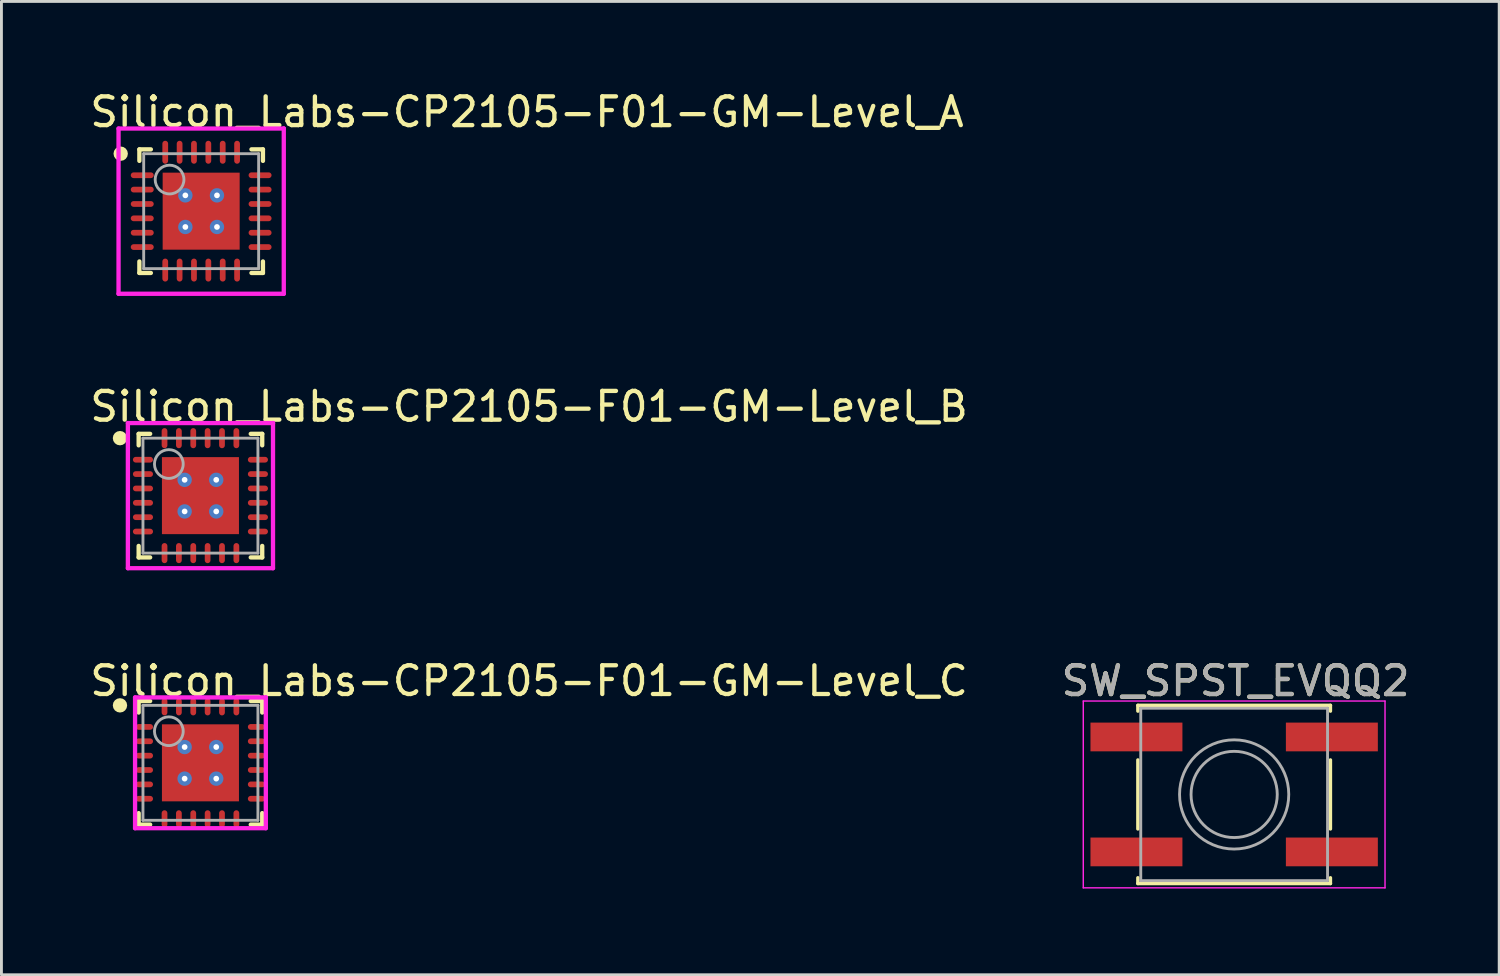
<source format=kicad_pcb>
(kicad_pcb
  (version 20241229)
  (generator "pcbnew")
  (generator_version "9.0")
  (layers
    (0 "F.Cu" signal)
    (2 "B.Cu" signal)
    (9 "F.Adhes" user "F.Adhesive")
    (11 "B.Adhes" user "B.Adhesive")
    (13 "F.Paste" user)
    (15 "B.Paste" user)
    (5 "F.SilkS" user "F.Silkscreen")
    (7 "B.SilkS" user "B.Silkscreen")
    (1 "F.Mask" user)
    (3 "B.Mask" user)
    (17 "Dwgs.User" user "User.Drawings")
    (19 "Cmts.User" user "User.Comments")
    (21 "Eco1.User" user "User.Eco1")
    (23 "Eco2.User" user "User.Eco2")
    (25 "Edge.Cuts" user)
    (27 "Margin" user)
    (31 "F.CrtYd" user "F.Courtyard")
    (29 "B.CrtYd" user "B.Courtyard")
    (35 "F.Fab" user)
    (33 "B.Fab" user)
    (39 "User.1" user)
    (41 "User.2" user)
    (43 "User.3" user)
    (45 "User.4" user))
  (footprint "Silicon_Labs-CP2105-F01-GM-Level_A"
    (layer "F.Cu")
    (at 3.95 4.298)
    (property "Reference" "Silicon_Labs-CP2105-F01-GM-Level_A" (at -3.95 -3.45 0) (layer "F.SilkS") (effects (font (size 1 1) (thickness 0.15)) (justify left)))
    (attr through_hole)
    (fp_line (start -2.15 -2.15) (end -1.75 -2.15) (stroke (width 0.15) (type solid)) (layer "F.SilkS"))
    (fp_line (start -2.15 -1.75) (end -2.15 -2.15) (stroke (width 0.15) (type solid)) (layer "F.SilkS"))
    (fp_line (start -2.15 2.15) (end -2.15 1.75) (stroke (width 0.15) (type solid)) (layer "F.SilkS"))
    (fp_line (start -2.15 2.15) (end -1.75 2.15) (stroke (width 0.15) (type solid)) (layer "F.SilkS"))
    (fp_line (start 1.75 -2.15) (end 2.15 -2.15) (stroke (width 0.15) (type solid)) (layer "F.SilkS"))
    (fp_line (start 1.75 2.15) (end 2.15 2.15) (stroke (width 0.15) (type solid)) (layer "F.SilkS"))
    (fp_line (start 2.15 -1.75) (end 2.15 -2.15) (stroke (width 0.15) (type solid)) (layer "F.SilkS"))
    (fp_line (start 2.15 2.15) (end 2.15 1.75) (stroke (width 0.15) (type solid)) (layer "F.SilkS"))
    (fp_circle (center -2.8 -2) (end -2.675 -2) (stroke (width 0.25) (type solid)) (fill no) (layer "F.SilkS"))
    (fp_line (start -2.875 -2.875) (end -2.875 2.875) (stroke (width 0.15) (type solid)) (layer "F.CrtYd"))
    (fp_line (start -2.875 2.875) (end 2.875 2.875) (stroke (width 0.15) (type solid)) (layer "F.CrtYd"))
    (fp_line (start 2.875 -2.875) (end -2.875 -2.875) (stroke (width 0.15) (type solid)) (layer "F.CrtYd"))
    (fp_line (start 2.875 -2.875) (end 2.875 -2.875) (stroke (width 0.15) (type solid)) (layer "F.CrtYd"))
    (fp_line (start 2.875 2.875) (end 2.875 -2.875) (stroke (width 0.15) (type solid)) (layer "F.CrtYd"))
    (fp_line (start -2 -2) (end 2 -2) (stroke (width 0.1) (type solid)) (layer "F.Fab"))
    (fp_line (start -2 2) (end -2 -2) (stroke (width 0.1) (type solid)) (layer "F.Fab"))
    (fp_line (start -2 2) (end 2 2) (stroke (width 0.1) (type solid)) (layer "F.Fab"))
    (fp_line (start 2 2) (end 2 -2) (stroke (width 0.1) (type solid)) (layer "F.Fab"))
    (fp_circle (center -1.1 -1.1) (end -0.6 -1.1) (stroke (width 0.1) (type solid)) (fill no) (layer "F.Fab"))
    (pad "1" smd roundrect (at -2.05 -1.25 270) (size 0.2 0.8) (layers "F.Cu" "F.Mask" "F.Paste") (roundrect_rratio 0.5))
    (pad "2" smd roundrect (at -2.05 -0.75 270) (size 0.2 0.8) (layers "F.Cu" "F.Mask" "F.Paste") (roundrect_rratio 0.5))
    (pad "3" smd roundrect (at -2.05 -0.25 270) (size 0.2 0.8) (layers "F.Cu" "F.Mask" "F.Paste") (roundrect_rratio 0.5))
    (pad "4" smd roundrect (at -2.05 0.25 270) (size 0.2 0.8) (layers "F.Cu" "F.Mask" "F.Paste") (roundrect_rratio 0.5))
    (pad "5" smd roundrect (at -2.05 0.75 270) (size 0.2 0.8) (layers "F.Cu" "F.Mask" "F.Paste") (roundrect_rratio 0.5))
    (pad "6" smd roundrect (at -2.05 1.25 270) (size 0.2 0.8) (layers "F.Cu" "F.Mask" "F.Paste") (roundrect_rratio 0.5))
    (pad "7" smd roundrect (at -1.25 2.05) (size 0.2 0.8) (layers "F.Cu" "F.Mask" "F.Paste") (roundrect_rratio 0.5))
    (pad "8" smd roundrect (at -0.75 2.05) (size 0.2 0.8) (layers "F.Cu" "F.Mask" "F.Paste") (roundrect_rratio 0.5))
    (pad "9" smd roundrect (at -0.25 2.05) (size 0.2 0.8) (layers "F.Cu" "F.Mask" "F.Paste") (roundrect_rratio 0.5))
    (pad "10" smd roundrect (at 0.25 2.05) (size 0.2 0.8) (layers "F.Cu" "F.Mask" "F.Paste") (roundrect_rratio 0.5))
    (pad "11" smd roundrect (at 0.75 2.05) (size 0.2 0.8) (layers "F.Cu" "F.Mask" "F.Paste") (roundrect_rratio 0.5))
    (pad "12" smd roundrect (at 1.25 2.05) (size 0.2 0.8) (layers "F.Cu" "F.Mask" "F.Paste") (roundrect_rratio 0.5))
    (pad "13" smd roundrect (at 2.05 1.25 270) (size 0.2 0.8) (layers "F.Cu" "F.Mask" "F.Paste") (roundrect_rratio 0.5))
    (pad "14" smd roundrect (at 2.05 0.75 270) (size 0.2 0.8) (layers "F.Cu" "F.Mask" "F.Paste") (roundrect_rratio 0.5))
    (pad "15" smd roundrect (at 2.05 0.25 270) (size 0.2 0.8) (layers "F.Cu" "F.Mask" "F.Paste") (roundrect_rratio 0.5))
    (pad "16" smd roundrect (at 2.05 -0.25 270) (size 0.2 0.8) (layers "F.Cu" "F.Mask" "F.Paste") (roundrect_rratio 0.5))
    (pad "17" smd roundrect (at 2.05 -0.75 270) (size 0.2 0.8) (layers "F.Cu" "F.Mask" "F.Paste") (roundrect_rratio 0.5))
    (pad "18" smd roundrect (at 2.05 -1.25 270) (size 0.2 0.8) (layers "F.Cu" "F.Mask" "F.Paste") (roundrect_rratio 0.5))
    (pad "19" smd roundrect (at 1.25 -2.05) (size 0.2 0.8) (layers "F.Cu" "F.Mask" "F.Paste") (roundrect_rratio 0.5))
    (pad "20" smd roundrect (at 0.75 -2.05) (size 0.2 0.8) (layers "F.Cu" "F.Mask" "F.Paste") (roundrect_rratio 0.5))
    (pad "21" smd roundrect (at 0.25 -2.05) (size 0.2 0.8) (layers "F.Cu" "F.Mask" "F.Paste") (roundrect_rratio 0.5))
    (pad "22" smd roundrect (at -0.25 -2.05) (size 0.2 0.8) (layers "F.Cu" "F.Mask" "F.Paste") (roundrect_rratio 0.5))
    (pad "23" smd roundrect (at -0.75 -2.05) (size 0.2 0.8) (layers "F.Cu" "F.Mask" "F.Paste") (roundrect_rratio 0.5))
    (pad "24" smd roundrect (at -1.25 -2.05) (size 0.2 0.8) (layers "F.Cu" "F.Mask" "F.Paste") (roundrect_rratio 0.5))
    (pad "25" smd rect (at 0 0) (size 2.68 2.68) (layers "F.Cu" "F.Mask" "F.Paste"))
    (pad "~" thru_hole circle (at -0.55 -0.55) (size 0.5 0.5) (drill 0.2) (layers "*.Cu"))
    (pad "~" thru_hole circle (at -0.55 0.55) (size 0.5 0.5) (drill 0.2) (layers "*.Cu"))
    (pad "~" thru_hole circle (at 0.55 -0.55) (size 0.5 0.5) (drill 0.2) (layers "*.Cu"))
    (pad "~" thru_hole circle (at 0.55 0.55) (size 0.5 0.5) (drill 0.2) (layers "*.Cu")))
  (footprint "Silicon_Labs-CP2105-F01-GM-Level_B"
    (layer "F.Cu")
    (at 3.925 14.197)
    (property "Reference" "Silicon_Labs-CP2105-F01-GM-Level_B" (at -3.925 -3.1 0) (layer "F.SilkS") (effects (font (size 1 1) (thickness 0.15)) (justify left)))
    (attr through_hole)
    (fp_line (start -2.15 -2.15) (end -1.75 -2.15) (stroke (width 0.15) (type solid)) (layer "F.SilkS"))
    (fp_line (start -2.15 -1.75) (end -2.15 -2.15) (stroke (width 0.15) (type solid)) (layer "F.SilkS"))
    (fp_line (start -2.15 2.15) (end -2.15 1.75) (stroke (width 0.15) (type solid)) (layer "F.SilkS"))
    (fp_line (start -2.15 2.15) (end -1.75 2.15) (stroke (width 0.15) (type solid)) (layer "F.SilkS"))
    (fp_line (start 1.75 -2.15) (end 2.15 -2.15) (stroke (width 0.15) (type solid)) (layer "F.SilkS"))
    (fp_line (start 1.75 2.15) (end 2.15 2.15) (stroke (width 0.15) (type solid)) (layer "F.SilkS"))
    (fp_line (start 2.15 -1.75) (end 2.15 -2.15) (stroke (width 0.15) (type solid)) (layer "F.SilkS"))
    (fp_line (start 2.15 2.15) (end 2.15 1.75) (stroke (width 0.15) (type solid)) (layer "F.SilkS"))
    (fp_circle (center -2.8 -2) (end -2.675 -2) (stroke (width 0.25) (type solid)) (fill no) (layer "F.SilkS"))
    (fp_line (start -2.525 -2.525) (end -2.525 2.525) (stroke (width 0.15) (type solid)) (layer "F.CrtYd"))
    (fp_line (start -2.525 2.525) (end 2.525 2.525) (stroke (width 0.15) (type solid)) (layer "F.CrtYd"))
    (fp_line (start 2.525 -2.525) (end -2.525 -2.525) (stroke (width 0.15) (type solid)) (layer "F.CrtYd"))
    (fp_line (start 2.525 -2.525) (end 2.525 -2.525) (stroke (width 0.15) (type solid)) (layer "F.CrtYd"))
    (fp_line (start 2.525 2.525) (end 2.525 -2.525) (stroke (width 0.15) (type solid)) (layer "F.CrtYd"))
    (fp_line (start -2 -2) (end 2 -2) (stroke (width 0.1) (type solid)) (layer "F.Fab"))
    (fp_line (start -2 2) (end -2 -2) (stroke (width 0.1) (type solid)) (layer "F.Fab"))
    (fp_line (start -2 2) (end 2 2) (stroke (width 0.1) (type solid)) (layer "F.Fab"))
    (fp_line (start 2 2) (end 2 -2) (stroke (width 0.1) (type solid)) (layer "F.Fab"))
    (fp_circle (center -1.1 -1.1) (end -0.6 -1.1) (stroke (width 0.1) (type solid)) (fill no) (layer "F.Fab"))
    (pad "1" smd roundrect (at -2 -1.25 270) (size 0.2 0.7) (layers "F.Cu" "F.Mask" "F.Paste") (roundrect_rratio 0.5))
    (pad "2" smd roundrect (at -2 -0.75 270) (size 0.2 0.7) (layers "F.Cu" "F.Mask" "F.Paste") (roundrect_rratio 0.5))
    (pad "3" smd roundrect (at -2 -0.25 270) (size 0.2 0.7) (layers "F.Cu" "F.Mask" "F.Paste") (roundrect_rratio 0.5))
    (pad "4" smd roundrect (at -2 0.25 270) (size 0.2 0.7) (layers "F.Cu" "F.Mask" "F.Paste") (roundrect_rratio 0.5))
    (pad "5" smd roundrect (at -2 0.75 270) (size 0.2 0.7) (layers "F.Cu" "F.Mask" "F.Paste") (roundrect_rratio 0.5))
    (pad "6" smd roundrect (at -2 1.25 270) (size 0.2 0.7) (layers "F.Cu" "F.Mask" "F.Paste") (roundrect_rratio 0.5))
    (pad "7" smd roundrect (at -1.25 2) (size 0.2 0.7) (layers "F.Cu" "F.Mask" "F.Paste") (roundrect_rratio 0.5))
    (pad "8" smd roundrect (at -0.75 2) (size 0.2 0.7) (layers "F.Cu" "F.Mask" "F.Paste") (roundrect_rratio 0.5))
    (pad "9" smd roundrect (at -0.25 2) (size 0.2 0.7) (layers "F.Cu" "F.Mask" "F.Paste") (roundrect_rratio 0.5))
    (pad "10" smd roundrect (at 0.25 2) (size 0.2 0.7) (layers "F.Cu" "F.Mask" "F.Paste") (roundrect_rratio 0.5))
    (pad "11" smd roundrect (at 0.75 2) (size 0.2 0.7) (layers "F.Cu" "F.Mask" "F.Paste") (roundrect_rratio 0.5))
    (pad "12" smd roundrect (at 1.25 2) (size 0.2 0.7) (layers "F.Cu" "F.Mask" "F.Paste") (roundrect_rratio 0.5))
    (pad "13" smd roundrect (at 2 1.25 270) (size 0.2 0.7) (layers "F.Cu" "F.Mask" "F.Paste") (roundrect_rratio 0.5))
    (pad "14" smd roundrect (at 2 0.75 270) (size 0.2 0.7) (layers "F.Cu" "F.Mask" "F.Paste") (roundrect_rratio 0.5))
    (pad "15" smd roundrect (at 2 0.25 270) (size 0.2 0.7) (layers "F.Cu" "F.Mask" "F.Paste") (roundrect_rratio 0.5))
    (pad "16" smd roundrect (at 2 -0.25 270) (size 0.2 0.7) (layers "F.Cu" "F.Mask" "F.Paste") (roundrect_rratio 0.5))
    (pad "17" smd roundrect (at 2 -0.75 270) (size 0.2 0.7) (layers "F.Cu" "F.Mask" "F.Paste") (roundrect_rratio 0.5))
    (pad "18" smd roundrect (at 2 -1.25 270) (size 0.2 0.7) (layers "F.Cu" "F.Mask" "F.Paste") (roundrect_rratio 0.5))
    (pad "19" smd roundrect (at 1.25 -2) (size 0.2 0.7) (layers "F.Cu" "F.Mask" "F.Paste") (roundrect_rratio 0.5))
    (pad "20" smd roundrect (at 0.75 -2) (size 0.2 0.7) (layers "F.Cu" "F.Mask" "F.Paste") (roundrect_rratio 0.5))
    (pad "21" smd roundrect (at 0.25 -2) (size 0.2 0.7) (layers "F.Cu" "F.Mask" "F.Paste") (roundrect_rratio 0.5))
    (pad "22" smd roundrect (at -0.25 -2) (size 0.2 0.7) (layers "F.Cu" "F.Mask" "F.Paste") (roundrect_rratio 0.5))
    (pad "23" smd roundrect (at -0.75 -2) (size 0.2 0.7) (layers "F.Cu" "F.Mask" "F.Paste") (roundrect_rratio 0.5))
    (pad "24" smd roundrect (at -1.25 -2) (size 0.2 0.7) (layers "F.Cu" "F.Mask" "F.Paste") (roundrect_rratio 0.5))
    (pad "25" smd rect (at 0 0) (size 2.68 2.68) (layers "F.Cu" "F.Mask" "F.Paste"))
    (pad "~" thru_hole circle (at -0.55 -0.55) (size 0.5 0.5) (drill 0.2) (layers "*.Cu"))
    (pad "~" thru_hole circle (at -0.55 0.55) (size 0.5 0.5) (drill 0.2) (layers "*.Cu"))
    (pad "~" thru_hole circle (at 0.55 -0.55) (size 0.5 0.5) (drill 0.2) (layers "*.Cu"))
    (pad "~" thru_hole circle (at 0.55 0.55) (size 0.5 0.5) (drill 0.2) (layers "*.Cu")))
  (footprint "Silicon_Labs-CP2105-F01-GM-Level_C"
    (layer "F.Cu")
    (at 3.925 23.495)
    (property "Reference" "Silicon_Labs-CP2105-F01-GM-Level_C" (at -3.925 -2.85 0) (layer "F.SilkS") (effects (font (size 1 1) (thickness 0.15)) (justify left)))
    (attr through_hole)
    (fp_line (start -2.15 -2.15) (end -1.75 -2.15) (stroke (width 0.15) (type solid)) (layer "F.SilkS"))
    (fp_line (start -2.15 -1.75) (end -2.15 -2.15) (stroke (width 0.15) (type solid)) (layer "F.SilkS"))
    (fp_line (start -2.15 2.15) (end -2.15 1.75) (stroke (width 0.15) (type solid)) (layer "F.SilkS"))
    (fp_line (start -2.15 2.15) (end -1.75 2.15) (stroke (width 0.15) (type solid)) (layer "F.SilkS"))
    (fp_line (start 1.75 -2.15) (end 2.15 -2.15) (stroke (width 0.15) (type solid)) (layer "F.SilkS"))
    (fp_line (start 1.75 2.15) (end 2.15 2.15) (stroke (width 0.15) (type solid)) (layer "F.SilkS"))
    (fp_line (start 2.15 -1.75) (end 2.15 -2.15) (stroke (width 0.15) (type solid)) (layer "F.SilkS"))
    (fp_line (start 2.15 2.15) (end 2.15 1.75) (stroke (width 0.15) (type solid)) (layer "F.SilkS"))
    (fp_circle (center -2.8 -2) (end -2.675 -2) (stroke (width 0.25) (type solid)) (fill no) (layer "F.SilkS"))
    (fp_line (start -2.275 -2.275) (end -2.275 2.275) (stroke (width 0.15) (type solid)) (layer "F.CrtYd"))
    (fp_line (start -2.275 2.275) (end 2.275 2.275) (stroke (width 0.15) (type solid)) (layer "F.CrtYd"))
    (fp_line (start 2.275 -2.275) (end -2.275 -2.275) (stroke (width 0.15) (type solid)) (layer "F.CrtYd"))
    (fp_line (start 2.275 -2.275) (end 2.275 -2.275) (stroke (width 0.15) (type solid)) (layer "F.CrtYd"))
    (fp_line (start 2.275 2.275) (end 2.275 -2.275) (stroke (width 0.15) (type solid)) (layer "F.CrtYd"))
    (fp_line (start -2 -2) (end 2 -2) (stroke (width 0.1) (type solid)) (layer "F.Fab"))
    (fp_line (start -2 2) (end -2 -2) (stroke (width 0.1) (type solid)) (layer "F.Fab"))
    (fp_line (start -2 2) (end 2 2) (stroke (width 0.1) (type solid)) (layer "F.Fab"))
    (fp_line (start 2 2) (end 2 -2) (stroke (width 0.1) (type solid)) (layer "F.Fab"))
    (fp_circle (center -1.1 -1.1) (end -0.6 -1.1) (stroke (width 0.1) (type solid)) (fill no) (layer "F.Fab"))
    (pad "1" smd roundrect (at -1.95 -1.25 270) (size 0.2 0.6) (layers "F.Cu" "F.Mask" "F.Paste") (roundrect_rratio 0.5))
    (pad "2" smd roundrect (at -1.95 -0.75 270) (size 0.2 0.6) (layers "F.Cu" "F.Mask" "F.Paste") (roundrect_rratio 0.5))
    (pad "3" smd roundrect (at -1.95 -0.25 270) (size 0.2 0.6) (layers "F.Cu" "F.Mask" "F.Paste") (roundrect_rratio 0.5))
    (pad "4" smd roundrect (at -1.95 0.25 270) (size 0.2 0.6) (layers "F.Cu" "F.Mask" "F.Paste") (roundrect_rratio 0.5))
    (pad "5" smd roundrect (at -1.95 0.75 270) (size 0.2 0.6) (layers "F.Cu" "F.Mask" "F.Paste") (roundrect_rratio 0.5))
    (pad "6" smd roundrect (at -1.95 1.25 270) (size 0.2 0.6) (layers "F.Cu" "F.Mask" "F.Paste") (roundrect_rratio 0.5))
    (pad "7" smd roundrect (at -1.25 1.95) (size 0.2 0.6) (layers "F.Cu" "F.Mask" "F.Paste") (roundrect_rratio 0.5))
    (pad "8" smd roundrect (at -0.75 1.95) (size 0.2 0.6) (layers "F.Cu" "F.Mask" "F.Paste") (roundrect_rratio 0.5))
    (pad "9" smd roundrect (at -0.25 1.95) (size 0.2 0.6) (layers "F.Cu" "F.Mask" "F.Paste") (roundrect_rratio 0.5))
    (pad "10" smd roundrect (at 0.25 1.95) (size 0.2 0.6) (layers "F.Cu" "F.Mask" "F.Paste") (roundrect_rratio 0.5))
    (pad "11" smd roundrect (at 0.75 1.95) (size 0.2 0.6) (layers "F.Cu" "F.Mask" "F.Paste") (roundrect_rratio 0.5))
    (pad "12" smd roundrect (at 1.25 1.95) (size 0.2 0.6) (layers "F.Cu" "F.Mask" "F.Paste") (roundrect_rratio 0.5))
    (pad "13" smd roundrect (at 1.95 1.25 270) (size 0.2 0.6) (layers "F.Cu" "F.Mask" "F.Paste") (roundrect_rratio 0.5))
    (pad "14" smd roundrect (at 1.95 0.75 270) (size 0.2 0.6) (layers "F.Cu" "F.Mask" "F.Paste") (roundrect_rratio 0.5))
    (pad "15" smd roundrect (at 1.95 0.25 270) (size 0.2 0.6) (layers "F.Cu" "F.Mask" "F.Paste") (roundrect_rratio 0.5))
    (pad "16" smd roundrect (at 1.95 -0.25 270) (size 0.2 0.6) (layers "F.Cu" "F.Mask" "F.Paste") (roundrect_rratio 0.5))
    (pad "17" smd roundrect (at 1.95 -0.75 270) (size 0.2 0.6) (layers "F.Cu" "F.Mask" "F.Paste") (roundrect_rratio 0.5))
    (pad "18" smd roundrect (at 1.95 -1.25 270) (size 0.2 0.6) (layers "F.Cu" "F.Mask" "F.Paste") (roundrect_rratio 0.5))
    (pad "19" smd roundrect (at 1.25 -1.95) (size 0.2 0.6) (layers "F.Cu" "F.Mask" "F.Paste") (roundrect_rratio 0.5))
    (pad "20" smd roundrect (at 0.75 -1.95) (size 0.2 0.6) (layers "F.Cu" "F.Mask" "F.Paste") (roundrect_rratio 0.5))
    (pad "21" smd roundrect (at 0.25 -1.95) (size 0.2 0.6) (layers "F.Cu" "F.Mask" "F.Paste") (roundrect_rratio 0.5))
    (pad "22" smd roundrect (at -0.25 -1.95) (size 0.2 0.6) (layers "F.Cu" "F.Mask" "F.Paste") (roundrect_rratio 0.5))
    (pad "23" smd roundrect (at -0.75 -1.95) (size 0.2 0.6) (layers "F.Cu" "F.Mask" "F.Paste") (roundrect_rratio 0.5))
    (pad "24" smd roundrect (at -1.25 -1.95) (size 0.2 0.6) (layers "F.Cu" "F.Mask" "F.Paste") (roundrect_rratio 0.5))
    (pad "25" smd rect (at 0 0) (size 2.68 2.68) (layers "F.Cu" "F.Mask" "F.Paste"))
    (pad "~" thru_hole circle (at -0.55 -0.55) (size 0.5 0.5) (drill 0.2) (layers "*.Cu"))
    (pad "~" thru_hole circle (at -0.55 0.55) (size 0.5 0.5) (drill 0.2) (layers "*.Cu"))
    (pad "~" thru_hole circle (at 0.55 -0.55) (size 0.5 0.5) (drill 0.2) (layers "*.Cu"))
    (pad "~" thru_hole circle (at 0.55 0.55) (size 0.5 0.5) (drill 0.2) (layers "*.Cu")))
  (footprint "SW_SPST_EVQQ2"
    (layer "F.Cu")
    (at 39.896 24.595)
    (property "Reference" "SW_SPST_EVQQ2" (at 0.05 -3.95 0) (layer "F.SilkS") (effects (font (size 1 1) (thickness 0.15))))
    (attr smd)
    (fp_line (start -3.35 -3.1) (end -3.35 -2.9) (stroke (width 0.12) (type solid)) (layer "F.SilkS"))
    (fp_line (start -3.35 -1.2) (end -3.35 1.2) (stroke (width 0.12) (type solid)) (layer "F.SilkS"))
    (fp_line (start -3.35 3.1) (end -3.35 2.9) (stroke (width 0.12) (type solid)) (layer "F.SilkS"))
    (fp_line (start -3.35 3.1) (end 3.35 3.1) (stroke (width 0.12) (type solid)) (layer "F.SilkS"))
    (fp_line (start 3.35 -3.1) (end -3.35 -3.1) (stroke (width 0.12) (type solid)) (layer "F.SilkS"))
    (fp_line (start 3.35 -3.1) (end 3.35 -2.9) (stroke (width 0.12) (type solid)) (layer "F.SilkS"))
    (fp_line (start 3.35 -1.2) (end 3.35 1.2) (stroke (width 0.12) (type solid)) (layer "F.SilkS"))
    (fp_line (start 3.35 3.1) (end 3.35 2.9) (stroke (width 0.12) (type solid)) (layer "F.SilkS"))
    (fp_line (start -5.25 -3.25) (end 5.25 -3.25) (stroke (width 0.05) (type solid)) (layer "F.CrtYd"))
    (fp_line (start -5.25 3.25) (end -5.25 -3.25) (stroke (width 0.05) (type solid)) (layer "F.CrtYd"))
    (fp_line (start 5.25 -3.25) (end 5.25 3.25) (stroke (width 0.05) (type solid)) (layer "F.CrtYd"))
    (fp_line (start 5.25 3.25) (end -5.25 3.25) (stroke (width 0.05) (type solid)) (layer "F.CrtYd"))
    (fp_line (start -3.25 -3) (end 3.25 -3) (stroke (width 0.1) (type solid)) (layer "F.Fab"))
    (fp_line (start -3.25 3) (end -3.25 -3) (stroke (width 0.1) (type solid)) (layer "F.Fab"))
    (fp_line (start 3.25 -3) (end 3.25 3) (stroke (width 0.1) (type solid)) (layer "F.Fab"))
    (fp_line (start 3.25 3) (end -3.25 3) (stroke (width 0.1) (type solid)) (layer "F.Fab"))
    (fp_circle (center 0 0) (end 1.5 0) (stroke (width 0.1) (type solid)) (fill no) (layer "F.Fab"))
    (fp_circle (center 0 0) (end 1.9 0) (stroke (width 0.1) (type solid)) (fill no) (layer "F.Fab"))
    (fp_text user "${REFERENCE}" (at 0.05 -3.95 0) (layer "F.Fab") (effects (font (size 1 1) (thickness 0.15))))
    (pad "1" smd rect (at -3.4 -2) (size 3.2 1) (layers "F.Cu" "F.Mask" "F.Paste"))
    (pad "1" smd rect (at 3.4 -2) (size 3.2 1) (layers "F.Cu" "F.Mask" "F.Paste"))
    (pad "2" smd rect (at -3.4 2) (size 3.2 1) (layers "F.Cu" "F.Mask" "F.Paste"))
    (pad "2" smd rect (at 3.4 2) (size 3.2 1) (layers "F.Cu" "F.Mask" "F.Paste")))
  (gr_rect
    (start -3 -3)
    (end 49.119 30.87)
    (stroke (width 0.1) (type default))
    (fill no)
    (layer "Edge.Cuts")))
</source>
